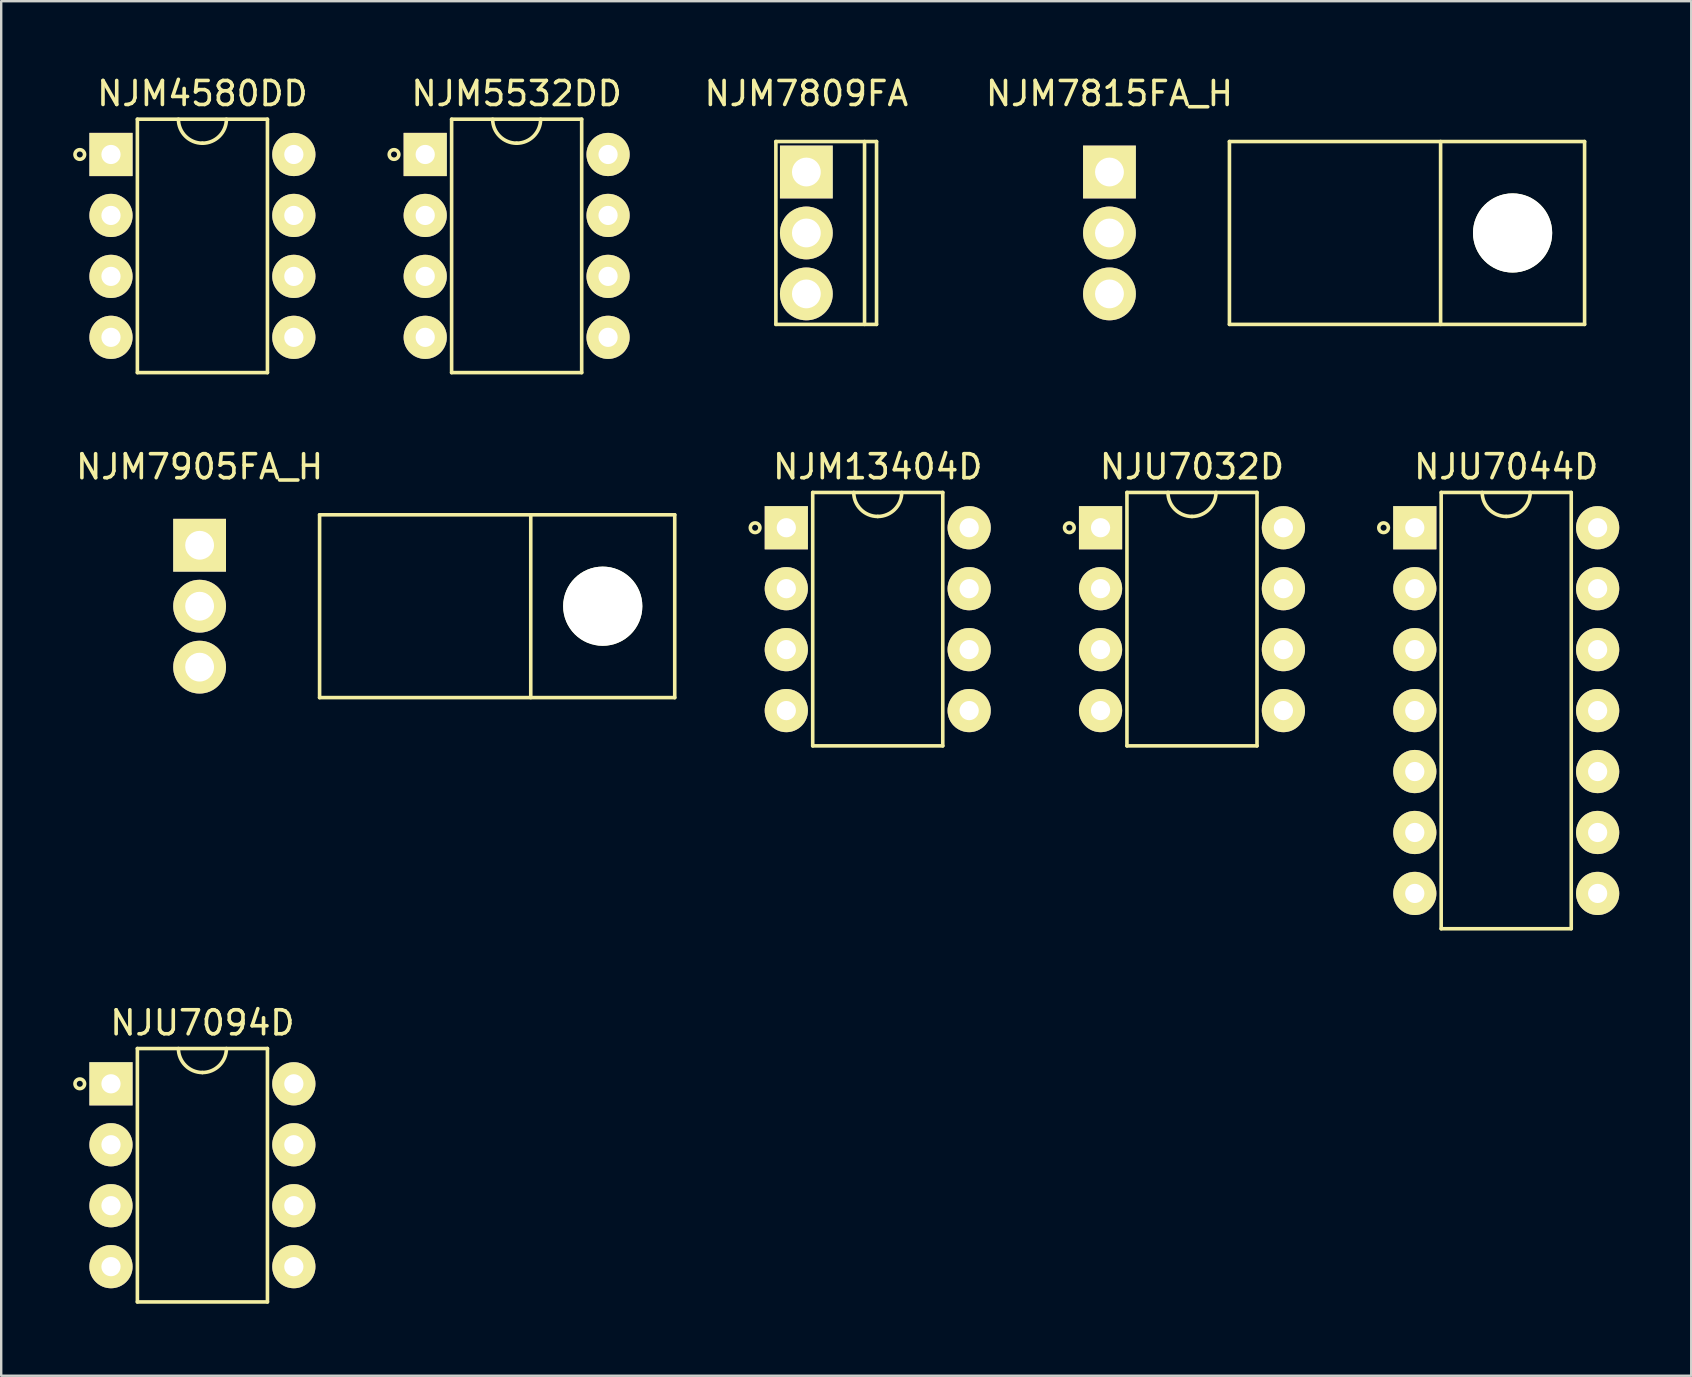
<source format=kicad_pcb>
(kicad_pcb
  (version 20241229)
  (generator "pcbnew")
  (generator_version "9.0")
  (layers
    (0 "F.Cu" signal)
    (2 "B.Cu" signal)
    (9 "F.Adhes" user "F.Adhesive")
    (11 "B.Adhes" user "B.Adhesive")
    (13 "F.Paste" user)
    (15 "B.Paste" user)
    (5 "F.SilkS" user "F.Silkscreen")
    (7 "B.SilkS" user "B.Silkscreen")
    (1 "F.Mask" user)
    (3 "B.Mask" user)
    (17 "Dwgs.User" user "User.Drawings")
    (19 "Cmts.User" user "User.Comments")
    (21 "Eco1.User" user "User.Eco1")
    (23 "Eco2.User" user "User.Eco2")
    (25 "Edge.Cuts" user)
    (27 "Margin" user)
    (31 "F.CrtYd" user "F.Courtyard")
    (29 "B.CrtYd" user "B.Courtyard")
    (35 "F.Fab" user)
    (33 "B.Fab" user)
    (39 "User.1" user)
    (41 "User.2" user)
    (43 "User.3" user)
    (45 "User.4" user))
  (footprint "NJU7094D"
    (layer "F.Cu")
    (at 1.575 42.115)
    (property "Reference" "NJU7094D" (at 3.81 -2.54 0) (layer "F.SilkS") (effects (font (size 1 1) (thickness 0.15))))
    (attr through_hole)
    (fp_line (start 1.1 -1.47) (end 6.52 -1.47) (stroke (width 0.15) (type solid)) (layer "F.SilkS"))
    (fp_line (start 1.1 9.09) (end 1.1 -1.47) (stroke (width 0.15) (type solid)) (layer "F.SilkS"))
    (fp_line (start 6.52 -1.47) (end 6.52 9.09) (stroke (width 0.15) (type solid)) (layer "F.SilkS"))
    (fp_line (start 6.52 9.09) (end 1.1 9.09) (stroke (width 0.15) (type solid)) (layer "F.SilkS"))
    (fp_arc (start 3.81 -0.47) (mid 3.102893 -0.762893) (end 2.81 -1.47) (stroke (width 0.15) (type solid)) (layer "F.SilkS"))
    (fp_arc (start 4.81 -1.47) (mid 4.517107 -0.762893) (end 3.81 -0.47) (stroke (width 0.15) (type solid)) (layer "F.SilkS"))
    (fp_circle (center -1.3 0) (end -1.3 0.2) (stroke (width 0.15) (type solid)) (fill no) (layer "F.SilkS"))
    (pad "1" thru_hole rect (at 0 0) (size 1.8 1.8) (drill 0.8) (layers "*.Cu" "*.Mask" "F.SilkS"))
    (pad "2" thru_hole circle (at 0 2.54) (size 1.8 1.8) (drill 0.8) (layers "*.Cu" "*.Mask" "F.SilkS"))
    (pad "3" thru_hole circle (at 0 5.08) (size 1.8 1.8) (drill 0.8) (layers "*.Cu" "*.Mask" "F.SilkS"))
    (pad "4" thru_hole circle (at 0 7.62) (size 1.8 1.8) (drill 0.8) (layers "*.Cu" "*.Mask" "F.SilkS"))
    (pad "5" thru_hole circle (at 7.62 7.62) (size 1.8 1.8) (drill 0.8) (layers "*.Cu" "*.Mask" "F.SilkS"))
    (pad "6" thru_hole circle (at 7.62 5.08) (size 1.8 1.8) (drill 0.8) (layers "*.Cu" "*.Mask" "F.SilkS"))
    (pad "7" thru_hole circle (at 7.62 2.54) (size 1.8 1.8) (drill 0.8) (layers "*.Cu" "*.Mask" "F.SilkS"))
    (pad "8" thru_hole circle (at 7.62 0) (size 1.8 1.8) (drill 0.8) (layers "*.Cu" "*.Mask" "F.SilkS")))
  (footprint "NJM7905FA_H"
    (layer "F.Cu")
    (at 5.268 19.672)
    (property "Reference" "NJM7905FA_H" (at 0 -3.27 0) (layer "F.SilkS") (effects (font (size 1 1) (thickness 0.15))))
    (attr through_hole)
    (fp_line (start 5 -1.27) (end 5 6.35) (stroke (width 0.15) (type solid)) (layer "F.SilkS"))
    (fp_line (start 5 -1.27) (end 19.8 -1.27) (stroke (width 0.15) (type solid)) (layer "F.SilkS"))
    (fp_line (start 5 6.35) (end 19.8 6.35) (stroke (width 0.15) (type solid)) (layer "F.SilkS"))
    (fp_line (start 13.8 -1.27) (end 13.8 6.35) (stroke (width 0.15) (type solid)) (layer "F.SilkS"))
    (fp_line (start 19.8 -1.27) (end 19.8 6.35) (stroke (width 0.15) (type solid)) (layer "F.SilkS"))
    (pad "" np_thru_hole circle (at 16.8 2.54) (size 3.3 3.3) (drill 3.3) (layers "*.Cu" "*.Mask" "F.SilkS"))
    (pad "1" thru_hole rect (at 0 0) (size 2.2 2.2) (drill 1.2) (layers "*.Cu" "*.Mask" "F.SilkS"))
    (pad "2" thru_hole circle (at 0 2.54) (size 2.2 2.2) (drill 1.2) (layers "*.Cu" "*.Mask" "F.SilkS"))
    (pad "3" thru_hole circle (at 0 5.08) (size 2.2 2.2) (drill 1.2) (layers "*.Cu" "*.Mask" "F.SilkS")))
  (footprint "NJM5532DD"
    (layer "F.Cu")
    (at 14.67 3.388)
    (property "Reference" "NJM5532DD" (at 3.81 -2.54 0) (layer "F.SilkS") (effects (font (size 1 1) (thickness 0.15))))
    (attr through_hole)
    (fp_line (start 1.1 -1.47) (end 6.52 -1.47) (stroke (width 0.15) (type solid)) (layer "F.SilkS"))
    (fp_line (start 1.1 9.09) (end 1.1 -1.47) (stroke (width 0.15) (type solid)) (layer "F.SilkS"))
    (fp_line (start 6.52 -1.47) (end 6.52 9.09) (stroke (width 0.15) (type solid)) (layer "F.SilkS"))
    (fp_line (start 6.52 9.09) (end 1.1 9.09) (stroke (width 0.15) (type solid)) (layer "F.SilkS"))
    (fp_arc (start 3.81 -0.47) (mid 3.102893 -0.762893) (end 2.81 -1.47) (stroke (width 0.15) (type solid)) (layer "F.SilkS"))
    (fp_arc (start 4.81 -1.47) (mid 4.517107 -0.762893) (end 3.81 -0.47) (stroke (width 0.15) (type solid)) (layer "F.SilkS"))
    (fp_circle (center -1.3 0) (end -1.3 0.2) (stroke (width 0.15) (type solid)) (fill no) (layer "F.SilkS"))
    (pad "1" thru_hole rect (at 0 0) (size 1.8 1.8) (drill 0.8) (layers "*.Cu" "*.Mask" "F.SilkS"))
    (pad "2" thru_hole circle (at 0 2.54) (size 1.8 1.8) (drill 0.8) (layers "*.Cu" "*.Mask" "F.SilkS"))
    (pad "3" thru_hole circle (at 0 5.08) (size 1.8 1.8) (drill 0.8) (layers "*.Cu" "*.Mask" "F.SilkS"))
    (pad "4" thru_hole circle (at 0 7.62) (size 1.8 1.8) (drill 0.8) (layers "*.Cu" "*.Mask" "F.SilkS"))
    (pad "5" thru_hole circle (at 7.62 7.62) (size 1.8 1.8) (drill 0.8) (layers "*.Cu" "*.Mask" "F.SilkS"))
    (pad "6" thru_hole circle (at 7.62 5.08) (size 1.8 1.8) (drill 0.8) (layers "*.Cu" "*.Mask" "F.SilkS"))
    (pad "7" thru_hole circle (at 7.62 2.54) (size 1.8 1.8) (drill 0.8) (layers "*.Cu" "*.Mask" "F.SilkS"))
    (pad "8" thru_hole circle (at 7.62 0) (size 1.8 1.8) (drill 0.8) (layers "*.Cu" "*.Mask" "F.SilkS")))
  (footprint "NJU7044D"
    (layer "F.Cu")
    (at 55.908 18.942)
    (property "Reference" "NJU7044D" (at 3.81 -2.54 0) (layer "F.SilkS") (effects (font (size 1 1) (thickness 0.15))))
    (attr through_hole)
    (fp_line (start 1.1 -1.47) (end 6.52 -1.47) (stroke (width 0.15) (type solid)) (layer "F.SilkS"))
    (fp_line (start 1.1 16.71) (end 1.1 -1.47) (stroke (width 0.15) (type solid)) (layer "F.SilkS"))
    (fp_line (start 6.52 -1.47) (end 6.52 16.71) (stroke (width 0.15) (type solid)) (layer "F.SilkS"))
    (fp_line (start 6.52 16.71) (end 1.1 16.71) (stroke (width 0.15) (type solid)) (layer "F.SilkS"))
    (fp_arc (start 3.81 -0.47) (mid 3.102893 -0.762893) (end 2.81 -1.47) (stroke (width 0.15) (type solid)) (layer "F.SilkS"))
    (fp_arc (start 4.81 -1.47) (mid 4.517107 -0.762893) (end 3.81 -0.47) (stroke (width 0.15) (type solid)) (layer "F.SilkS"))
    (fp_circle (center -1.3 0) (end -1.3 0.2) (stroke (width 0.15) (type solid)) (fill no) (layer "F.SilkS"))
    (pad "1" thru_hole rect (at 0 0) (size 1.8 1.8) (drill 0.8) (layers "*.Cu" "*.Mask" "F.SilkS"))
    (pad "2" thru_hole circle (at 0 2.54) (size 1.8 1.8) (drill 0.8) (layers "*.Cu" "*.Mask" "F.SilkS"))
    (pad "3" thru_hole circle (at 0 5.08) (size 1.8 1.8) (drill 0.8) (layers "*.Cu" "*.Mask" "F.SilkS"))
    (pad "4" thru_hole circle (at 0 7.62) (size 1.8 1.8) (drill 0.8) (layers "*.Cu" "*.Mask" "F.SilkS"))
    (pad "5" thru_hole circle (at 0 10.16) (size 1.8 1.8) (drill 0.8) (layers "*.Cu" "*.Mask" "F.SilkS"))
    (pad "6" thru_hole circle (at 0 12.7) (size 1.8 1.8) (drill 0.8) (layers "*.Cu" "*.Mask" "F.SilkS"))
    (pad "7" thru_hole circle (at 0 15.24) (size 1.8 1.8) (drill 0.8) (layers "*.Cu" "*.Mask" "F.SilkS"))
    (pad "8" thru_hole circle (at 7.62 15.24) (size 1.8 1.8) (drill 0.8) (layers "*.Cu" "*.Mask" "F.SilkS"))
    (pad "9" thru_hole circle (at 7.62 12.7) (size 1.8 1.8) (drill 0.8) (layers "*.Cu" "*.Mask" "F.SilkS"))
    (pad "10" thru_hole circle (at 7.62 10.16) (size 1.8 1.8) (drill 0.8) (layers "*.Cu" "*.Mask" "F.SilkS"))
    (pad "11" thru_hole circle (at 7.62 7.62) (size 1.8 1.8) (drill 0.8) (layers "*.Cu" "*.Mask" "F.SilkS"))
    (pad "12" thru_hole circle (at 7.62 5.08) (size 1.8 1.8) (drill 0.8) (layers "*.Cu" "*.Mask" "F.SilkS"))
    (pad "13" thru_hole circle (at 7.62 2.54) (size 1.8 1.8) (drill 0.8) (layers "*.Cu" "*.Mask" "F.SilkS"))
    (pad "14" thru_hole circle (at 7.62 0) (size 1.8 1.8) (drill 0.8) (layers "*.Cu" "*.Mask" "F.SilkS")))
  (footprint "NJM7815FA_H"
    (layer "F.Cu")
    (at 43.184 4.118)
    (property "Reference" "NJM7815FA_H" (at 0 -3.27 0) (layer "F.SilkS") (effects (font (size 1 1) (thickness 0.15))))
    (attr through_hole)
    (fp_line (start 5 -1.27) (end 5 6.35) (stroke (width 0.15) (type solid)) (layer "F.SilkS"))
    (fp_line (start 5 -1.27) (end 19.8 -1.27) (stroke (width 0.15) (type solid)) (layer "F.SilkS"))
    (fp_line (start 5 6.35) (end 19.8 6.35) (stroke (width 0.15) (type solid)) (layer "F.SilkS"))
    (fp_line (start 13.8 -1.27) (end 13.8 6.35) (stroke (width 0.15) (type solid)) (layer "F.SilkS"))
    (fp_line (start 19.8 -1.27) (end 19.8 6.35) (stroke (width 0.15) (type solid)) (layer "F.SilkS"))
    (pad "" np_thru_hole circle (at 16.8 2.54) (size 3.3 3.3) (drill 3.3) (layers "*.Cu" "*.Mask" "F.SilkS"))
    (pad "1" thru_hole rect (at 0 0) (size 2.2 2.2) (drill 1.2) (layers "*.Cu" "*.Mask" "F.SilkS"))
    (pad "2" thru_hole circle (at 0 2.54) (size 2.2 2.2) (drill 1.2) (layers "*.Cu" "*.Mask" "F.SilkS"))
    (pad "3" thru_hole circle (at 0 5.08) (size 2.2 2.2) (drill 1.2) (layers "*.Cu" "*.Mask" "F.SilkS")))
  (footprint "NJM7809FA"
    (layer "F.Cu")
    (at 30.553 4.118)
    (property "Reference" "NJM7809FA" (at 0 -3.27 0) (layer "F.SilkS") (effects (font (size 1 1) (thickness 0.15))))
    (attr through_hole)
    (fp_line (start -1.27 -1.27) (end -1.27 6.35) (stroke (width 0.15) (type solid)) (layer "F.SilkS"))
    (fp_line (start -1.27 -1.27) (end 2.925 -1.27) (stroke (width 0.15) (type solid)) (layer "F.SilkS"))
    (fp_line (start -1.27 6.35) (end 2.925 6.35) (stroke (width 0.15) (type solid)) (layer "F.SilkS"))
    (fp_line (start 2.425 -1.27) (end 2.425 6.35) (stroke (width 0.15) (type solid)) (layer "F.SilkS"))
    (fp_line (start 2.925 -1.27) (end 2.925 6.35) (stroke (width 0.15) (type solid)) (layer "F.SilkS"))
    (pad "1" thru_hole rect (at 0 0) (size 2.2 2.2) (drill 1.2) (layers "*.Cu" "*.Mask" "F.SilkS"))
    (pad "2" thru_hole circle (at 0 2.54) (size 2.2 2.2) (drill 1.2) (layers "*.Cu" "*.Mask" "F.SilkS"))
    (pad "3" thru_hole circle (at 0 5.08) (size 2.2 2.2) (drill 1.2) (layers "*.Cu" "*.Mask" "F.SilkS")))
  (footprint "NJU7032D"
    (layer "F.Cu")
    (at 42.813 18.942)
    (property "Reference" "NJU7032D" (at 3.81 -2.54 0) (layer "F.SilkS") (effects (font (size 1 1) (thickness 0.15))))
    (attr through_hole)
    (fp_line (start 1.1 -1.47) (end 6.52 -1.47) (stroke (width 0.15) (type solid)) (layer "F.SilkS"))
    (fp_line (start 1.1 9.09) (end 1.1 -1.47) (stroke (width 0.15) (type solid)) (layer "F.SilkS"))
    (fp_line (start 6.52 -1.47) (end 6.52 9.09) (stroke (width 0.15) (type solid)) (layer "F.SilkS"))
    (fp_line (start 6.52 9.09) (end 1.1 9.09) (stroke (width 0.15) (type solid)) (layer "F.SilkS"))
    (fp_arc (start 3.81 -0.47) (mid 3.102893 -0.762893) (end 2.81 -1.47) (stroke (width 0.15) (type solid)) (layer "F.SilkS"))
    (fp_arc (start 4.81 -1.47) (mid 4.517107 -0.762893) (end 3.81 -0.47) (stroke (width 0.15) (type solid)) (layer "F.SilkS"))
    (fp_circle (center -1.3 0) (end -1.3 0.2) (stroke (width 0.15) (type solid)) (fill no) (layer "F.SilkS"))
    (pad "1" thru_hole rect (at 0 0) (size 1.8 1.8) (drill 0.8) (layers "*.Cu" "*.Mask" "F.SilkS"))
    (pad "2" thru_hole circle (at 0 2.54) (size 1.8 1.8) (drill 0.8) (layers "*.Cu" "*.Mask" "F.SilkS"))
    (pad "3" thru_hole circle (at 0 5.08) (size 1.8 1.8) (drill 0.8) (layers "*.Cu" "*.Mask" "F.SilkS"))
    (pad "4" thru_hole circle (at 0 7.62) (size 1.8 1.8) (drill 0.8) (layers "*.Cu" "*.Mask" "F.SilkS"))
    (pad "5" thru_hole circle (at 7.62 7.62) (size 1.8 1.8) (drill 0.8) (layers "*.Cu" "*.Mask" "F.SilkS"))
    (pad "6" thru_hole circle (at 7.62 5.08) (size 1.8 1.8) (drill 0.8) (layers "*.Cu" "*.Mask" "F.SilkS"))
    (pad "7" thru_hole circle (at 7.62 2.54) (size 1.8 1.8) (drill 0.8) (layers "*.Cu" "*.Mask" "F.SilkS"))
    (pad "8" thru_hole circle (at 7.62 0) (size 1.8 1.8) (drill 0.8) (layers "*.Cu" "*.Mask" "F.SilkS")))
  (footprint "NJM13404D"
    (layer "F.Cu")
    (at 29.718 18.942)
    (property "Reference" "NJM13404D" (at 3.81 -2.54 0) (layer "F.SilkS") (effects (font (size 1 1) (thickness 0.15))))
    (attr through_hole)
    (fp_line (start 1.1 -1.47) (end 6.52 -1.47) (stroke (width 0.15) (type solid)) (layer "F.SilkS"))
    (fp_line (start 1.1 9.09) (end 1.1 -1.47) (stroke (width 0.15) (type solid)) (layer "F.SilkS"))
    (fp_line (start 6.52 -1.47) (end 6.52 9.09) (stroke (width 0.15) (type solid)) (layer "F.SilkS"))
    (fp_line (start 6.52 9.09) (end 1.1 9.09) (stroke (width 0.15) (type solid)) (layer "F.SilkS"))
    (fp_arc (start 3.81 -0.47) (mid 3.102893 -0.762893) (end 2.81 -1.47) (stroke (width 0.15) (type solid)) (layer "F.SilkS"))
    (fp_arc (start 4.81 -1.47) (mid 4.517107 -0.762893) (end 3.81 -0.47) (stroke (width 0.15) (type solid)) (layer "F.SilkS"))
    (fp_circle (center -1.3 0) (end -1.3 0.2) (stroke (width 0.15) (type solid)) (fill no) (layer "F.SilkS"))
    (pad "1" thru_hole rect (at 0 0) (size 1.8 1.8) (drill 0.8) (layers "*.Cu" "*.Mask" "F.SilkS"))
    (pad "2" thru_hole circle (at 0 2.54) (size 1.8 1.8) (drill 0.8) (layers "*.Cu" "*.Mask" "F.SilkS"))
    (pad "3" thru_hole circle (at 0 5.08) (size 1.8 1.8) (drill 0.8) (layers "*.Cu" "*.Mask" "F.SilkS"))
    (pad "4" thru_hole circle (at 0 7.62) (size 1.8 1.8) (drill 0.8) (layers "*.Cu" "*.Mask" "F.SilkS"))
    (pad "5" thru_hole circle (at 7.62 7.62) (size 1.8 1.8) (drill 0.8) (layers "*.Cu" "*.Mask" "F.SilkS"))
    (pad "6" thru_hole circle (at 7.62 5.08) (size 1.8 1.8) (drill 0.8) (layers "*.Cu" "*.Mask" "F.SilkS"))
    (pad "7" thru_hole circle (at 7.62 2.54) (size 1.8 1.8) (drill 0.8) (layers "*.Cu" "*.Mask" "F.SilkS"))
    (pad "8" thru_hole circle (at 7.62 0) (size 1.8 1.8) (drill 0.8) (layers "*.Cu" "*.Mask" "F.SilkS")))
  (footprint "NJM4580DD"
    (layer "F.Cu")
    (at 1.575 3.388)
    (property "Reference" "NJM4580DD" (at 3.81 -2.54 0) (layer "F.SilkS") (effects (font (size 1 1) (thickness 0.15))))
    (attr through_hole)
    (fp_line (start 1.1 -1.47) (end 6.52 -1.47) (stroke (width 0.15) (type solid)) (layer "F.SilkS"))
    (fp_line (start 1.1 9.09) (end 1.1 -1.47) (stroke (width 0.15) (type solid)) (layer "F.SilkS"))
    (fp_line (start 6.52 -1.47) (end 6.52 9.09) (stroke (width 0.15) (type solid)) (layer "F.SilkS"))
    (fp_line (start 6.52 9.09) (end 1.1 9.09) (stroke (width 0.15) (type solid)) (layer "F.SilkS"))
    (fp_arc (start 3.81 -0.47) (mid 3.102893 -0.762893) (end 2.81 -1.47) (stroke (width 0.15) (type solid)) (layer "F.SilkS"))
    (fp_arc (start 4.81 -1.47) (mid 4.517107 -0.762893) (end 3.81 -0.47) (stroke (width 0.15) (type solid)) (layer "F.SilkS"))
    (fp_circle (center -1.3 0) (end -1.3 0.2) (stroke (width 0.15) (type solid)) (fill no) (layer "F.SilkS"))
    (pad "1" thru_hole rect (at 0 0) (size 1.8 1.8) (drill 0.8) (layers "*.Cu" "*.Mask" "F.SilkS"))
    (pad "2" thru_hole circle (at 0 2.54) (size 1.8 1.8) (drill 0.8) (layers "*.Cu" "*.Mask" "F.SilkS"))
    (pad "3" thru_hole circle (at 0 5.08) (size 1.8 1.8) (drill 0.8) (layers "*.Cu" "*.Mask" "F.SilkS"))
    (pad "4" thru_hole circle (at 0 7.62) (size 1.8 1.8) (drill 0.8) (layers "*.Cu" "*.Mask" "F.SilkS"))
    (pad "5" thru_hole circle (at 7.62 7.62) (size 1.8 1.8) (drill 0.8) (layers "*.Cu" "*.Mask" "F.SilkS"))
    (pad "6" thru_hole circle (at 7.62 5.08) (size 1.8 1.8) (drill 0.8) (layers "*.Cu" "*.Mask" "F.SilkS"))
    (pad "7" thru_hole circle (at 7.62 2.54) (size 1.8 1.8) (drill 0.8) (layers "*.Cu" "*.Mask" "F.SilkS"))
    (pad "8" thru_hole circle (at 7.62 0) (size 1.8 1.8) (drill 0.8) (layers "*.Cu" "*.Mask" "F.SilkS")))
  (gr_rect
    (start -3 -3)
    (end 67.428 54.28)
    (stroke (width 0.1) (type default))
    (fill no)
    (layer "Edge.Cuts")))
</source>
